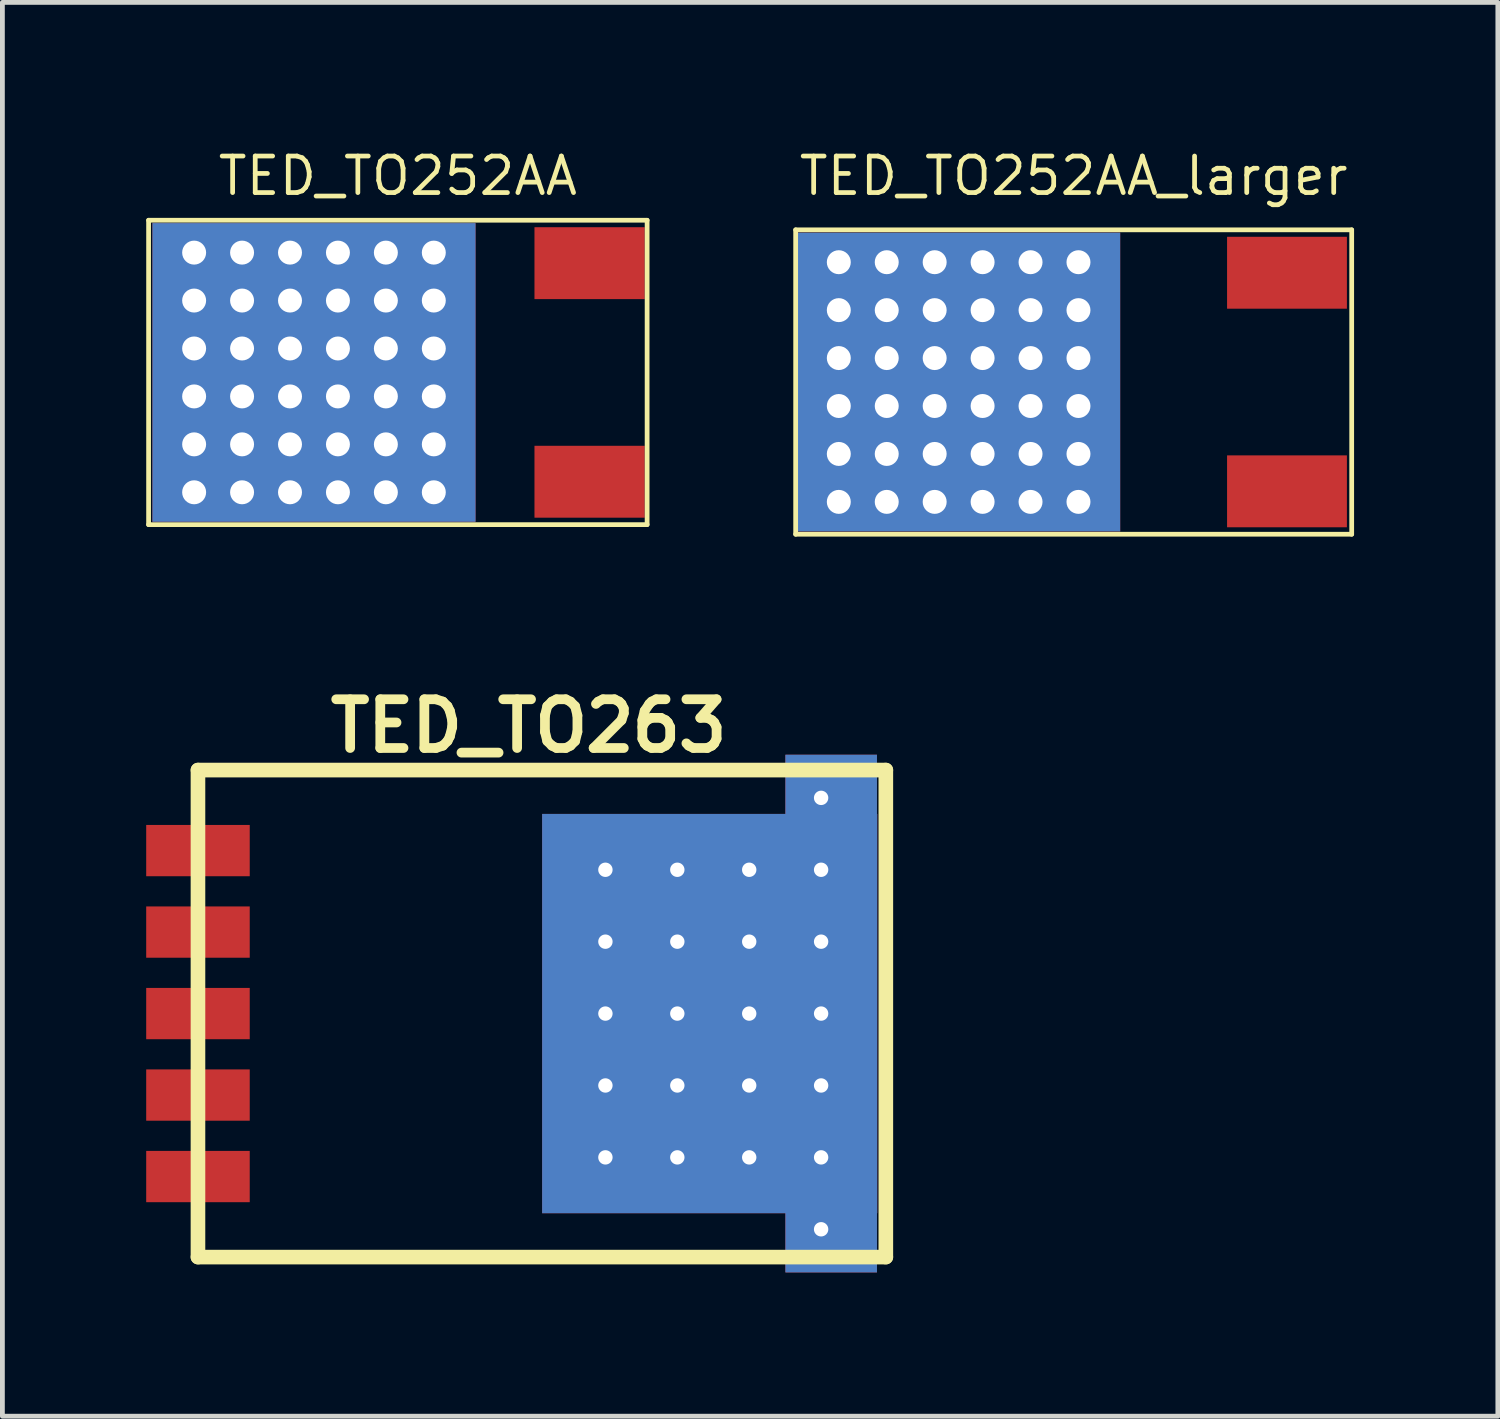
<source format=kicad_pcb>
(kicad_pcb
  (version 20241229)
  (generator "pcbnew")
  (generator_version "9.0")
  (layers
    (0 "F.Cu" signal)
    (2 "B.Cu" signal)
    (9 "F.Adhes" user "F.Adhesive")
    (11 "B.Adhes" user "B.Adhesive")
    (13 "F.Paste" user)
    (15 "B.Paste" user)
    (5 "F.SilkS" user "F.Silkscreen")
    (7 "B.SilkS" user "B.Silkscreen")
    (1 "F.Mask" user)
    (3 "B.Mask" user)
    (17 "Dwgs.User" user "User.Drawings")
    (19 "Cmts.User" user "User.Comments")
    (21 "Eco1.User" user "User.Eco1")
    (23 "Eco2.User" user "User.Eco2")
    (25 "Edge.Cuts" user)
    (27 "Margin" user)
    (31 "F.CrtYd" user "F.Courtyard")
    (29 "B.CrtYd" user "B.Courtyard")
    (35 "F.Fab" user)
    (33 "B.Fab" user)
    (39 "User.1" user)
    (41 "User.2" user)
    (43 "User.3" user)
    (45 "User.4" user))
  (footprint "TED_TO252AA_larger"
    (layer "F.Cu")
    (at 19.349 4.92)
    (property "Reference" "TED_TO252AA_larger" (at 0 -4.3 0) (layer "F.SilkS") (effects (font (size 0.762 0.762) (thickness 0.099))))
    (attr through_hole)
    (fp_line (start -5.8 -3.175) (end 5.8 -3.175) (stroke (width 0.099) (type solid)) (layer "F.SilkS"))
    (fp_line (start -5.8 3.175) (end -5.8 -3.175) (stroke (width 0.099) (type solid)) (layer "F.SilkS"))
    (fp_line (start 5.8 -3.175) (end 5.8 3.175) (stroke (width 0.099) (type solid)) (layer "F.SilkS"))
    (fp_line (start 5.8 3.175) (end -5.8 3.175) (stroke (width 0.099) (type solid)) (layer "F.SilkS"))
    (pad "1" smd rect (at 4.45 2.28) (size 2.5 1.5) (layers "F.Cu" "F.Mask" "F.Paste"))
    (pad "2" thru_hole circle (at -4.9 -2.5) (size 0.5 0.5) (drill 0.5) (layers "*.Cu"))
    (pad "2" thru_hole circle (at -4.9 -1.5) (size 0.5 0.5) (drill 0.5) (layers "*.Cu"))
    (pad "2" thru_hole circle (at -4.9 -0.5) (size 0.5 0.5) (drill 0.5) (layers "*.Cu"))
    (pad "2" thru_hole circle (at -4.9 0.5) (size 0.5 0.5) (drill 0.5) (layers "*.Cu"))
    (pad "2" thru_hole circle (at -4.9 1.5) (size 0.5 0.5) (drill 0.5) (layers "*.Cu"))
    (pad "2" thru_hole circle (at -4.9 2.5) (size 0.5 0.5) (drill 0.5) (layers "*.Cu"))
    (pad "2" thru_hole circle (at -3.9 -2.5) (size 0.5 0.5) (drill 0.5) (layers "*.Cu"))
    (pad "2" thru_hole circle (at -3.9 -1.5) (size 0.5 0.5) (drill 0.5) (layers "*.Cu"))
    (pad "2" thru_hole circle (at -3.9 -0.5) (size 0.5 0.5) (drill 0.5) (layers "*.Cu"))
    (pad "2" thru_hole circle (at -3.9 0.5) (size 0.5 0.5) (drill 0.5) (layers "*.Cu"))
    (pad "2" thru_hole circle (at -3.9 1.5) (size 0.5 0.5) (drill 0.5) (layers "*.Cu"))
    (pad "2" thru_hole circle (at -3.9 2.5) (size 0.5 0.5) (drill 0.5) (layers "*.Cu"))
    (pad "2" thru_hole circle (at -2.9 -2.5) (size 0.5 0.5) (drill 0.5) (layers "*.Cu"))
    (pad "2" thru_hole circle (at -2.9 -1.5) (size 0.5 0.5) (drill 0.5) (layers "*.Cu"))
    (pad "2" thru_hole circle (at -2.9 -0.5) (size 0.5 0.5) (drill 0.5) (layers "*.Cu"))
    (pad "2" thru_hole circle (at -2.9 0.5) (size 0.5 0.5) (drill 0.5) (layers "*.Cu"))
    (pad "2" thru_hole circle (at -2.9 1.5) (size 0.5 0.5) (drill 0.5) (layers "*.Cu"))
    (pad "2" thru_hole circle (at -2.9 2.5) (size 0.5 0.5) (drill 0.5) (layers "*.Cu"))
    (pad "2" smd rect (at -2.4 0) (size 6.74 6.23) (layers "F.Cu" "F.Mask" "F.Paste"))
    (pad "2" smd rect (at -2.4 0) (size 6.74 6.23) (layers "B.Cu"))
    (pad "2" thru_hole circle (at -1.9 -2.5) (size 0.5 0.5) (drill 0.5) (layers "*.Cu"))
    (pad "2" thru_hole circle (at -1.9 -1.5) (size 0.5 0.5) (drill 0.5) (layers "*.Cu"))
    (pad "2" thru_hole circle (at -1.9 -0.5) (size 0.5 0.5) (drill 0.5) (layers "*.Cu"))
    (pad "2" thru_hole circle (at -1.9 0.5) (size 0.5 0.5) (drill 0.5) (layers "*.Cu"))
    (pad "2" thru_hole circle (at -1.9 1.5) (size 0.5 0.5) (drill 0.5) (layers "*.Cu"))
    (pad "2" thru_hole circle (at -1.9 2.5) (size 0.5 0.5) (drill 0.5) (layers "*.Cu"))
    (pad "2" thru_hole circle (at -0.9 -2.5) (size 0.5 0.5) (drill 0.5) (layers "*.Cu"))
    (pad "2" thru_hole circle (at -0.9 -1.5) (size 0.5 0.5) (drill 0.5) (layers "*.Cu"))
    (pad "2" thru_hole circle (at -0.9 -0.5) (size 0.5 0.5) (drill 0.5) (layers "*.Cu"))
    (pad "2" thru_hole circle (at -0.9 0.5) (size 0.5 0.5) (drill 0.5) (layers "*.Cu"))
    (pad "2" thru_hole circle (at -0.9 1.5) (size 0.5 0.5) (drill 0.5) (layers "*.Cu"))
    (pad "2" thru_hole circle (at -0.9 2.5) (size 0.5 0.5) (drill 0.5) (layers "*.Cu"))
    (pad "2" thru_hole circle (at 0.1 -2.5) (size 0.5 0.5) (drill 0.5) (layers "*.Cu"))
    (pad "2" thru_hole circle (at 0.1 -1.5) (size 0.5 0.5) (drill 0.5) (layers "*.Cu"))
    (pad "2" thru_hole circle (at 0.1 -0.5) (size 0.5 0.5) (drill 0.5) (layers "*.Cu"))
    (pad "2" thru_hole circle (at 0.1 0.5) (size 0.5 0.5) (drill 0.5) (layers "*.Cu"))
    (pad "2" thru_hole circle (at 0.1 1.5) (size 0.5 0.5) (drill 0.5) (layers "*.Cu"))
    (pad "2" thru_hole circle (at 0.1 2.5) (size 0.5 0.5) (drill 0.5) (layers "*.Cu"))
    (pad "3" smd rect (at 4.45 -2.28) (size 2.5 1.5) (layers "F.Cu" "F.Mask" "F.Paste")))
  (footprint "TED_TO252AA"
    (layer "F.Cu")
    (at 5.25 4.72)
    (property "Reference" "TED_TO252AA" (at 0 -4.1 0) (layer "F.SilkS") (effects (font (size 0.762 0.762) (thickness 0.099))))
    (attr through_hole)
    (fp_line (start -5.2 -3.175) (end 5.2 -3.175) (stroke (width 0.099) (type solid)) (layer "F.SilkS"))
    (fp_line (start -5.2 3.175) (end -5.2 -3.175) (stroke (width 0.099) (type solid)) (layer "F.SilkS"))
    (fp_line (start 5.2 -3.175) (end 5.2 3.175) (stroke (width 0.099) (type solid)) (layer "F.SilkS"))
    (fp_line (start 5.2 3.175) (end -5.2 3.175) (stroke (width 0.099) (type solid)) (layer "F.SilkS"))
    (pad "1" smd rect (at 4 2.28) (size 2.3 1.5) (layers "F.Cu" "F.Mask" "F.Paste"))
    (pad "2" thru_hole circle (at -4.25 -2.5) (size 0.5 0.5) (drill 0.5) (layers "*.Cu"))
    (pad "2" thru_hole circle (at -4.25 -1.5) (size 0.5 0.5) (drill 0.5) (layers "*.Cu"))
    (pad "2" thru_hole circle (at -4.25 -0.5) (size 0.5 0.5) (drill 0.5) (layers "*.Cu"))
    (pad "2" thru_hole circle (at -4.25 0.5) (size 0.5 0.5) (drill 0.5) (layers "*.Cu"))
    (pad "2" thru_hole circle (at -4.25 1.5) (size 0.5 0.5) (drill 0.5) (layers "*.Cu"))
    (pad "2" thru_hole circle (at -4.25 2.5) (size 0.5 0.5) (drill 0.5) (layers "*.Cu"))
    (pad "2" thru_hole circle (at -3.25 -2.5) (size 0.5 0.5) (drill 0.5) (layers "*.Cu"))
    (pad "2" thru_hole circle (at -3.25 -1.5) (size 0.5 0.5) (drill 0.5) (layers "*.Cu"))
    (pad "2" thru_hole circle (at -3.25 -0.5) (size 0.5 0.5) (drill 0.5) (layers "*.Cu"))
    (pad "2" thru_hole circle (at -3.25 0.5) (size 0.5 0.5) (drill 0.5) (layers "*.Cu"))
    (pad "2" thru_hole circle (at -3.25 1.5) (size 0.5 0.5) (drill 0.5) (layers "*.Cu"))
    (pad "2" thru_hole circle (at -3.25 2.5) (size 0.5 0.5) (drill 0.5) (layers "*.Cu"))
    (pad "2" thru_hole circle (at -2.25 -2.5) (size 0.5 0.5) (drill 0.5) (layers "*.Cu"))
    (pad "2" thru_hole circle (at -2.25 -1.5) (size 0.5 0.5) (drill 0.5) (layers "*.Cu"))
    (pad "2" thru_hole circle (at -2.25 -0.5) (size 0.5 0.5) (drill 0.5) (layers "*.Cu"))
    (pad "2" thru_hole circle (at -2.25 0.5) (size 0.5 0.5) (drill 0.5) (layers "*.Cu"))
    (pad "2" thru_hole circle (at -2.25 1.5) (size 0.5 0.5) (drill 0.5) (layers "*.Cu"))
    (pad "2" thru_hole circle (at -2.25 2.5) (size 0.5 0.5) (drill 0.5) (layers "*.Cu"))
    (pad "2" smd rect (at -1.75 0) (size 6.74 6.23) (layers "F.Cu" "F.Mask" "F.Paste"))
    (pad "2" smd rect (at -1.75 0) (size 6.74 6.23) (layers "B.Cu"))
    (pad "2" thru_hole circle (at -1.25 -2.5) (size 0.5 0.5) (drill 0.5) (layers "*.Cu"))
    (pad "2" thru_hole circle (at -1.25 -1.5) (size 0.5 0.5) (drill 0.5) (layers "*.Cu"))
    (pad "2" thru_hole circle (at -1.25 -0.5) (size 0.5 0.5) (drill 0.5) (layers "*.Cu"))
    (pad "2" thru_hole circle (at -1.25 0.5) (size 0.5 0.5) (drill 0.5) (layers "*.Cu"))
    (pad "2" thru_hole circle (at -1.25 1.5) (size 0.5 0.5) (drill 0.5) (layers "*.Cu"))
    (pad "2" thru_hole circle (at -1.25 2.5) (size 0.5 0.5) (drill 0.5) (layers "*.Cu"))
    (pad "2" thru_hole circle (at -0.25 -2.5) (size 0.5 0.5) (drill 0.5) (layers "*.Cu"))
    (pad "2" thru_hole circle (at -0.25 -1.5) (size 0.5 0.5) (drill 0.5) (layers "*.Cu"))
    (pad "2" thru_hole circle (at -0.25 -0.5) (size 0.5 0.5) (drill 0.5) (layers "*.Cu"))
    (pad "2" thru_hole circle (at -0.25 0.5) (size 0.5 0.5) (drill 0.5) (layers "*.Cu"))
    (pad "2" thru_hole circle (at -0.25 1.5) (size 0.5 0.5) (drill 0.5) (layers "*.Cu"))
    (pad "2" thru_hole circle (at -0.25 2.5) (size 0.5 0.5) (drill 0.5) (layers "*.Cu"))
    (pad "2" thru_hole circle (at 0.75 -2.5) (size 0.5 0.5) (drill 0.5) (layers "*.Cu"))
    (pad "2" thru_hole circle (at 0.75 -1.5) (size 0.5 0.5) (drill 0.5) (layers "*.Cu"))
    (pad "2" thru_hole circle (at 0.75 -0.5) (size 0.5 0.5) (drill 0.5) (layers "*.Cu"))
    (pad "2" thru_hole circle (at 0.75 0.5) (size 0.5 0.5) (drill 0.5) (layers "*.Cu"))
    (pad "2" thru_hole circle (at 0.75 1.5) (size 0.5 0.5) (drill 0.5) (layers "*.Cu"))
    (pad "2" thru_hole circle (at 0.75 2.5) (size 0.5 0.5) (drill 0.5) (layers "*.Cu"))
    (pad "3" smd rect (at 4 -2.28) (size 2.3 1.5) (layers "F.Cu" "F.Mask" "F.Paste")))
  (footprint "TED_TO263"
    (layer "F.Cu")
    (at 1.08 18.095)
    (property "Reference" "TED_TO263" (at 6.9 -6 0) (layer "F.SilkS") (effects (font (size 1.016 1.016) (thickness 0.203))))
    (attr through_hole)
    (fp_line (start 0 -5.08) (end 0 5.08) (stroke (width 0.305) (type solid)) (layer "F.SilkS"))
    (fp_line (start 0 5.08) (end 14.35 5.08) (stroke (width 0.305) (type solid)) (layer "F.SilkS"))
    (fp_line (start 14.35 -5.08) (end 0 -5.08) (stroke (width 0.305) (type solid)) (layer "F.SilkS"))
    (fp_line (start 14.35 5.08) (end 14.35 -5.08) (stroke (width 0.305) (type solid)) (layer "F.SilkS"))
    (pad "1" smd rect (at 0 -3.4) (size 2.16 1.07) (layers "F.Cu" "F.Mask" "F.Paste"))
    (pad "2" smd rect (at 0 -1.7) (size 2.16 1.07) (layers "F.Cu" "F.Mask" "F.Paste"))
    (pad "3" smd rect (at 0 0) (size 2.16 1.07) (layers "F.Cu" "F.Mask" "F.Paste"))
    (pad "3" thru_hole circle (at 8.5 -3) (size 0.78 0.78) (drill 0.3) (layers "*.Cu" "*.Mask"))
    (pad "3" thru_hole circle (at 8.5 -1.5) (size 0.78 0.78) (drill 0.3) (layers "*.Cu" "*.Mask"))
    (pad "3" thru_hole circle (at 8.5 0) (size 0.78 0.78) (drill 0.3) (layers "*.Cu" "*.Mask"))
    (pad "3" thru_hole circle (at 8.5 1.5) (size 0.78 0.78) (drill 0.3) (layers "*.Cu" "*.Mask"))
    (pad "3" thru_hole circle (at 8.5 3) (size 0.78 0.78) (drill 0.3) (layers "*.Cu" "*.Mask"))
    (pad "3" thru_hole circle (at 10 -3) (size 0.78 0.78) (drill 0.3) (layers "*.Cu" "*.Mask"))
    (pad "3" thru_hole circle (at 10 -1.5) (size 0.78 0.78) (drill 0.3) (layers "*.Cu" "*.Mask"))
    (pad "3" thru_hole circle (at 10 0) (size 0.78 0.78) (drill 0.3) (layers "*.Cu" "*.Mask"))
    (pad "3" thru_hole circle (at 10 1.5) (size 0.78 0.78) (drill 0.3) (layers "*.Cu" "*.Mask"))
    (pad "3" thru_hole circle (at 10 3) (size 0.78 0.78) (drill 0.3) (layers "*.Cu" "*.Mask"))
    (pad "3" smd rect (at 10.675 0) (size 6.99 8.33) (layers "F.Cu" "F.Mask" "F.Paste"))
    (pad "3" smd rect (at 10.675 0) (size 6.99 8.33) (layers "F.Mask" "B.Cu" "F.Paste"))
    (pad "3" thru_hole circle (at 11.5 -3) (size 0.78 0.78) (drill 0.3) (layers "*.Cu" "*.Mask"))
    (pad "3" thru_hole circle (at 11.5 -1.5) (size 0.78 0.78) (drill 0.3) (layers "*.Cu" "*.Mask"))
    (pad "3" thru_hole circle (at 11.5 0) (size 0.78 0.78) (drill 0.3) (layers "*.Cu" "*.Mask"))
    (pad "3" thru_hole circle (at 11.5 1.5) (size 0.78 0.78) (drill 0.3) (layers "*.Cu" "*.Mask"))
    (pad "3" thru_hole circle (at 11.5 3) (size 0.78 0.78) (drill 0.3) (layers "*.Cu" "*.Mask"))
    (pad "3" thru_hole circle (at 13 -4.5) (size 0.78 0.78) (drill 0.3) (layers "*.Cu" "*.Mask"))
    (pad "3" thru_hole circle (at 13 -3) (size 0.78 0.78) (drill 0.3) (layers "*.Cu" "*.Mask"))
    (pad "3" thru_hole circle (at 13 -1.5) (size 0.78 0.78) (drill 0.3) (layers "*.Cu" "*.Mask"))
    (pad "3" thru_hole circle (at 13 0) (size 0.78 0.78) (drill 0.3) (layers "*.Cu" "*.Mask"))
    (pad "3" thru_hole circle (at 13 1.5) (size 0.78 0.78) (drill 0.3) (layers "*.Cu" "*.Mask"))
    (pad "3" thru_hole circle (at 13 3) (size 0.78 0.78) (drill 0.3) (layers "*.Cu" "*.Mask"))
    (pad "3" thru_hole circle (at 13 4.5) (size 0.78 0.78) (drill 0.3) (layers "*.Cu" "*.Mask"))
    (pad "3" smd rect (at 13.21 0) (size 1.91 10.8) (layers "F.Cu" "F.Mask" "F.Paste"))
    (pad "3" smd rect (at 13.21 0) (size 1.91 10.8) (layers "F.Mask" "B.Cu" "F.Paste"))
    (pad "4" smd rect (at 0 1.7) (size 2.16 1.07) (layers "F.Cu" "F.Mask" "F.Paste"))
    (pad "5" smd rect (at 0 3.4) (size 2.16 1.07) (layers "F.Cu" "F.Mask" "F.Paste")))
  (gr_rect
    (start -3 -3)
    (end 28.198 26.495)
    (stroke (width 0.1) (type default))
    (fill no)
    (layer "Edge.Cuts")))
</source>
